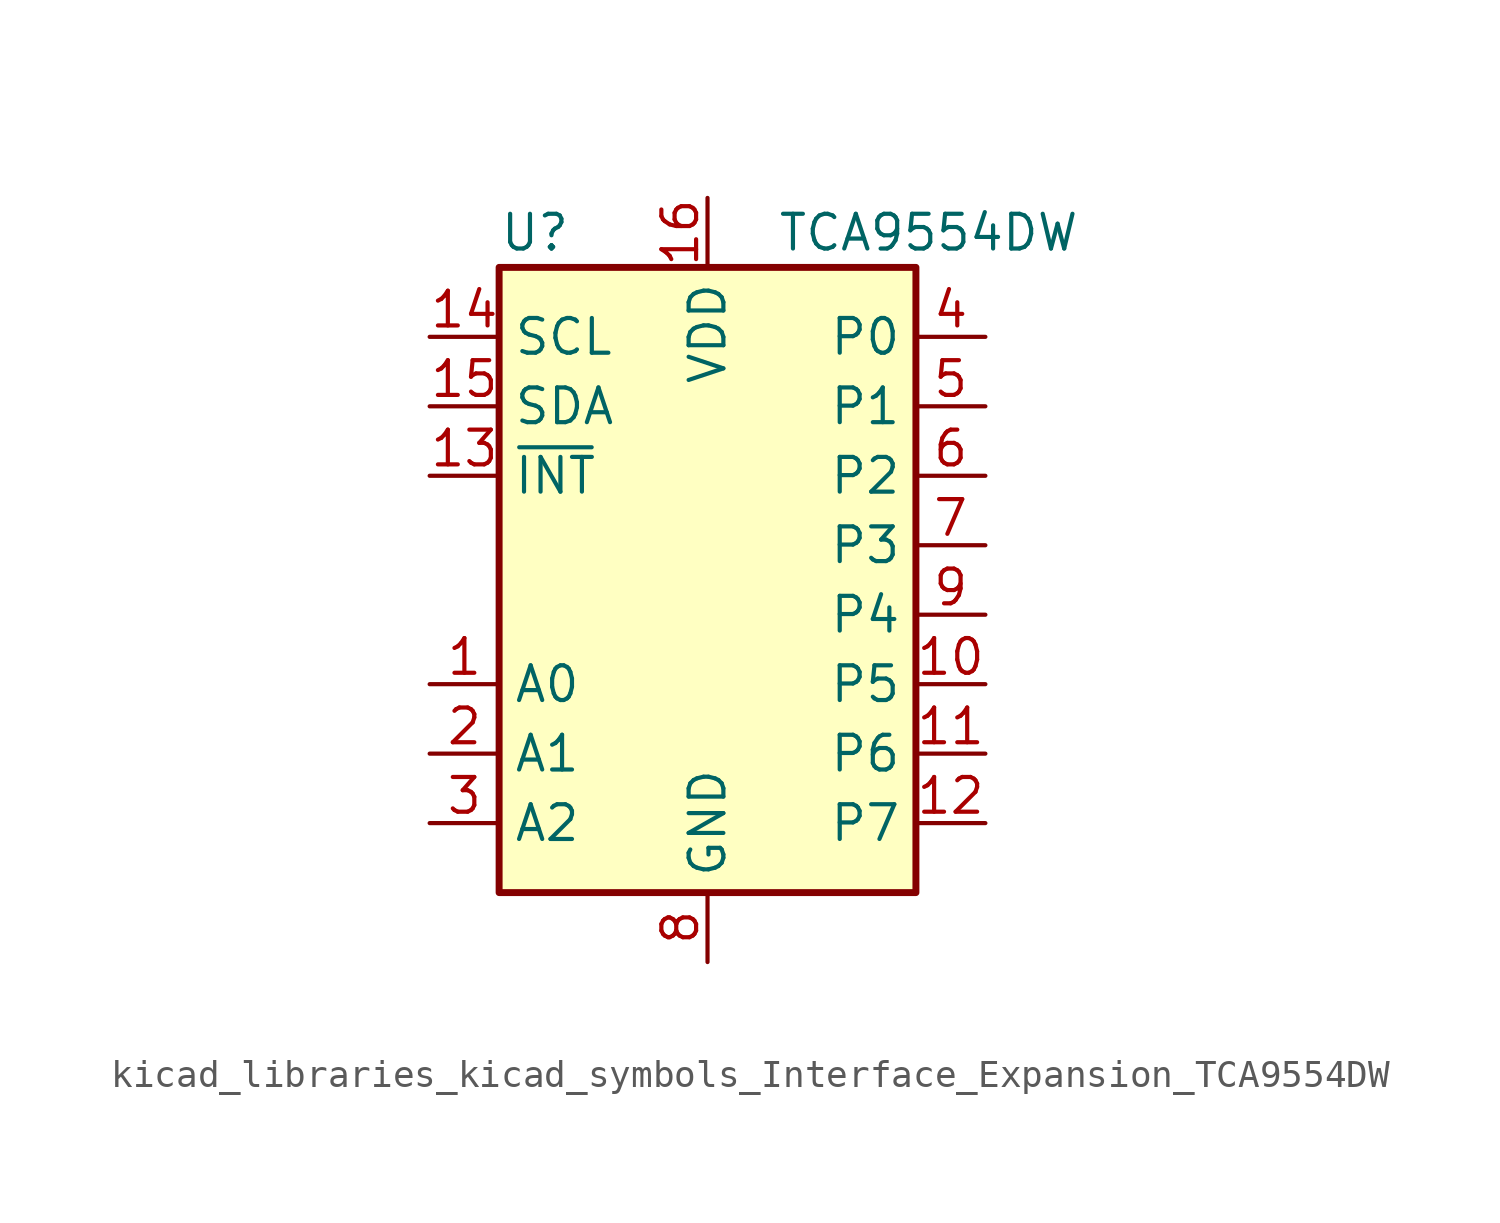
<source format=kicad_sym>
(kicad_symbol_lib
  (version 20220914)
  (generator kicad_symbol_editor)
  (symbol "kicad_libraries_kicad_symbols_Interface_Expansion_TCA9554DW"
    (property "Reference" "U"
      (at -7.62 11.43 0)
      (effects (font (size 1.27 1.27)) (justify left)))
    (property "Value" "TCA9554DW"
      (at 2.54 11.43 0)
      (effects (font (size 1.27 1.27)) (justify left)))
    (symbol "kicad_libraries_kicad_symbols_Interface_Expansion_TCA9554DW_0_1"
      (rectangle (start -7.62 -12.7) (end 7.62 10.16) (stroke (width 0.254) (type default)) (fill (type background))))
    (symbol "kicad_libraries_kicad_symbols_Interface_Expansion_TCA9554DW_1_1"
      (pin input line (at -10.16 -5.08 0) (length 2.54) (name "A0" (effects (font (size 1.27 1.27)))) (number "1" (effects (font (size 1.27 1.27)))))
      (pin bidirectional line (at 10.16 -5.08 180) (length 2.54) (name "P5" (effects (font (size 1.27 1.27)))) (number "10" (effects (font (size 1.27 1.27)))))
      (pin bidirectional line (at 10.16 -7.62 180) (length 2.54) (name "P6" (effects (font (size 1.27 1.27)))) (number "11" (effects (font (size 1.27 1.27)))))
      (pin bidirectional line (at 10.16 -10.16 180) (length 2.54) (name "P7" (effects (font (size 1.27 1.27)))) (number "12" (effects (font (size 1.27 1.27)))))
      (pin open_collector line (at -10.16 2.54 0) (length 2.54) (name "~{INT}" (effects (font (size 1.27 1.27)))) (number "13" (effects (font (size 1.27 1.27)))))
      (pin input line (at -10.16 7.62 0) (length 2.54) (name "SCL" (effects (font (size 1.27 1.27)))) (number "14" (effects (font (size 1.27 1.27)))))
      (pin bidirectional line (at -10.16 5.08 0) (length 2.54) (name "SDA" (effects (font (size 1.27 1.27)))) (number "15" (effects (font (size 1.27 1.27)))))
      (pin power_in line (at 0 12.7 270) (length 2.54) (name "VDD" (effects (font (size 1.27 1.27)))) (number "16" (effects (font (size 1.27 1.27)))))
      (pin input line (at -10.16 -7.62 0) (length 2.54) (name "A1" (effects (font (size 1.27 1.27)))) (number "2" (effects (font (size 1.27 1.27)))))
      (pin input line (at -10.16 -10.16 0) (length 2.54) (name "A2" (effects (font (size 1.27 1.27)))) (number "3" (effects (font (size 1.27 1.27)))))
      (pin bidirectional line (at 10.16 7.62 180) (length 2.54) (name "P0" (effects (font (size 1.27 1.27)))) (number "4" (effects (font (size 1.27 1.27)))))
      (pin bidirectional line (at 10.16 5.08 180) (length 2.54) (name "P1" (effects (font (size 1.27 1.27)))) (number "5" (effects (font (size 1.27 1.27)))))
      (pin bidirectional line (at 10.16 2.54 180) (length 2.54) (name "P2" (effects (font (size 1.27 1.27)))) (number "6" (effects (font (size 1.27 1.27)))))
      (pin bidirectional line (at 10.16 0 180) (length 2.54) (name "P3" (effects (font (size 1.27 1.27)))) (number "7" (effects (font (size 1.27 1.27)))))
      (pin power_in line (at 0 -15.24 90) (length 2.54) (name "GND" (effects (font (size 1.27 1.27)))) (number "8" (effects (font (size 1.27 1.27)))))
      (pin bidirectional line (at 10.16 -2.54 180) (length 2.54) (name "P4" (effects (font (size 1.27 1.27)))) (number "9" (effects (font (size 1.27 1.27))))))))
</source>
